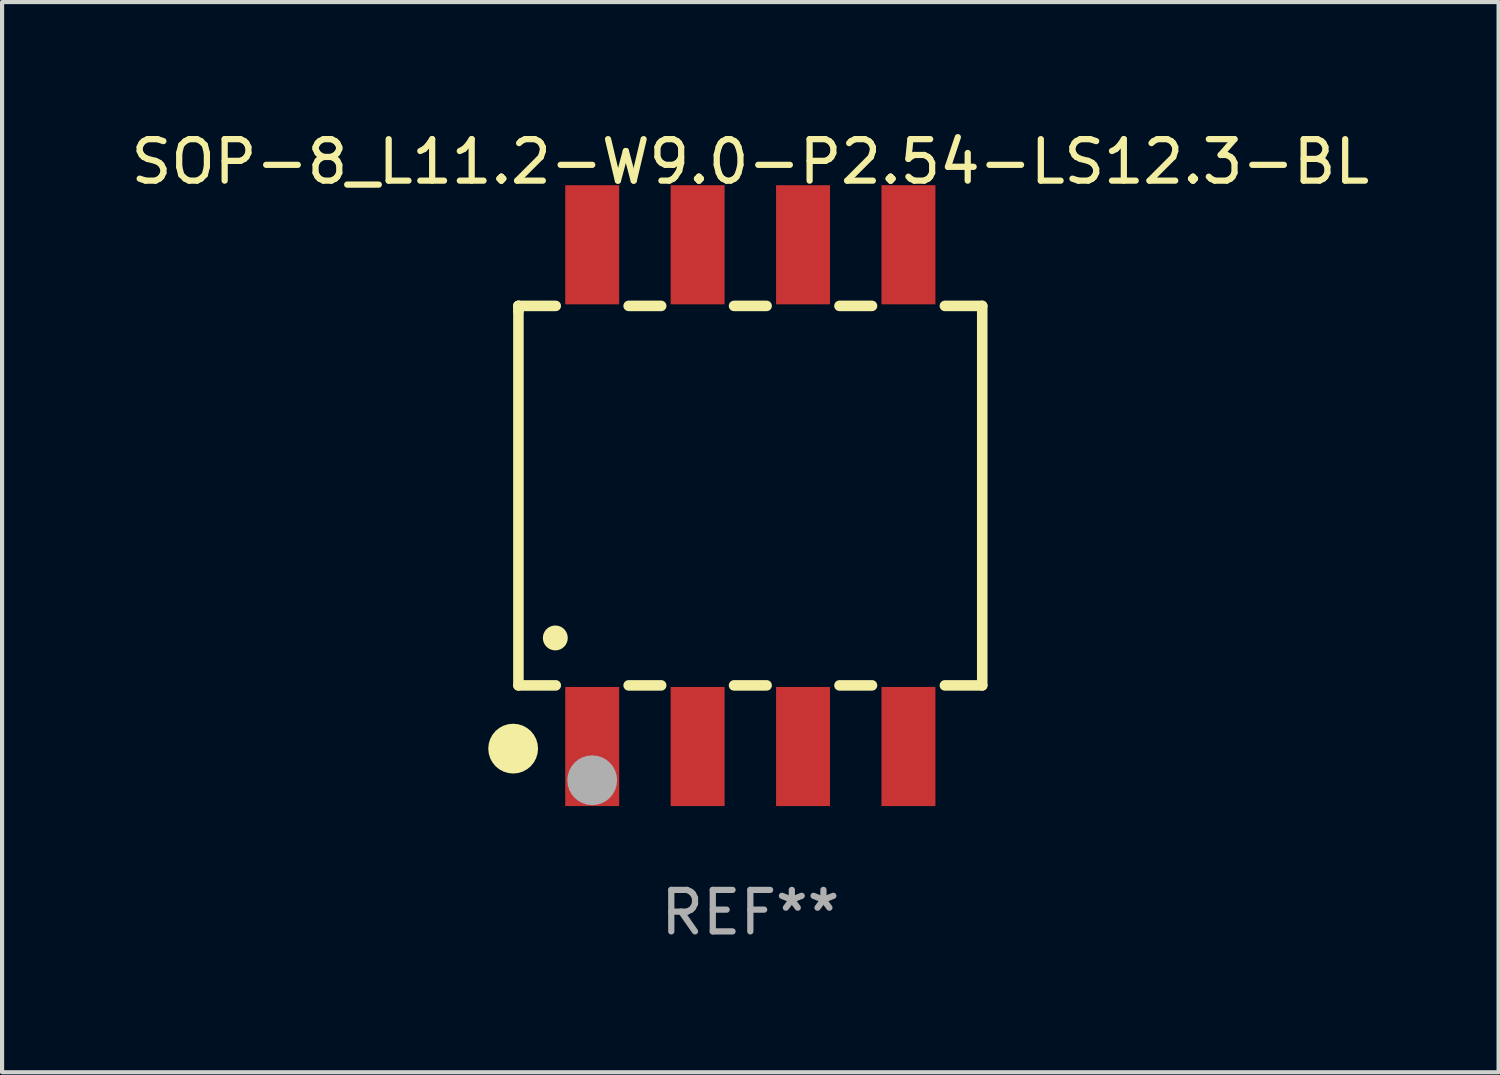
<source format=kicad_pcb>
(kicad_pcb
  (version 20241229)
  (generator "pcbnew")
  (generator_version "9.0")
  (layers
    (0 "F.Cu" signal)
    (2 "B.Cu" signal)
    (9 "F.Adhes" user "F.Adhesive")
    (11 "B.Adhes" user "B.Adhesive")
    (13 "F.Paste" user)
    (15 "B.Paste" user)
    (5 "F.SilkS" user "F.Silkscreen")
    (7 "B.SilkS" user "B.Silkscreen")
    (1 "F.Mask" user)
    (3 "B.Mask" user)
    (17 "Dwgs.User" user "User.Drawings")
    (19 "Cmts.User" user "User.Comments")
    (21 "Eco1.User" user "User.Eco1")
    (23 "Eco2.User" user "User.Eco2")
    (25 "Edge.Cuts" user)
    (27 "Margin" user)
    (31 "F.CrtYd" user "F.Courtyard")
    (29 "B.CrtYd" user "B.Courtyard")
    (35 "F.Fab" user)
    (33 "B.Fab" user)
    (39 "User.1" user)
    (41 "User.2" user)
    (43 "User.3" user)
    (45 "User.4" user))
  (footprint "SOP-8_L11.2-W9.0-P2.54-LS12.3-BL"
    (layer "F.Cu")
    (at 15.03 8.893)
    (property "Reference" "SOP-8_L11.2-W9.0-P2.54-LS12.3-BL" (at 0 -8.045 0) (layer "F.SilkS") (effects (font (size 1 1) (thickness 0.15))))
    (attr smd)
    (fp_line (start -5.588 -4.572) (end -5.588 -4.572) (stroke (width 0.254) (type solid)) (layer "F.SilkS"))
    (fp_line (start -5.588 -4.572) (end -5.588 -4.445) (stroke (width 0.254) (type solid)) (layer "F.SilkS"))
    (fp_line (start -5.588 -4.445) (end -5.588 4.572) (stroke (width 0.254) (type solid)) (layer "F.SilkS"))
    (fp_line (start -5.588 4.572) (end -4.688 4.572) (stroke (width 0.254) (type solid)) (layer "F.SilkS"))
    (fp_line (start -4.689 -4.572) (end -5.588 -4.572) (stroke (width 0.254) (type solid)) (layer "F.SilkS"))
    (fp_line (start -2.932 4.572) (end -2.148 4.572) (stroke (width 0.254) (type solid)) (layer "F.SilkS"))
    (fp_line (start -2.148 -4.572) (end -2.932 -4.572) (stroke (width 0.254) (type solid)) (layer "F.SilkS"))
    (fp_line (start -0.392 4.572) (end 0.392 4.572) (stroke (width 0.254) (type solid)) (layer "F.SilkS"))
    (fp_line (start 0.392 -4.572) (end -0.392 -4.572) (stroke (width 0.254) (type solid)) (layer "F.SilkS"))
    (fp_line (start 2.148 4.572) (end 2.932 4.572) (stroke (width 0.254) (type solid)) (layer "F.SilkS"))
    (fp_line (start 2.932 -4.572) (end 2.148 -4.572) (stroke (width 0.254) (type solid)) (layer "F.SilkS"))
    (fp_line (start 4.688 4.572) (end 5.588 4.572) (stroke (width 0.254) (type solid)) (layer "F.SilkS"))
    (fp_line (start 5.588 -4.572) (end 4.688 -4.572) (stroke (width 0.254) (type solid)) (layer "F.SilkS"))
    (fp_line (start 5.588 4.572) (end 5.588 -4.572) (stroke (width 0.254) (type solid)) (layer "F.SilkS"))
    (fp_circle (center -5.715 6.096) (end -5.415 6.096) (stroke (width 0.6) (type solid)) (fill no) (layer "F.SilkS"))
    (fp_circle (center -5.6 6.15) (end -5.57 6.15) (stroke (width 0.06) (type solid)) (fill no) (layer "F.SilkS"))
    (fp_circle (center -4.699 3.429) (end -4.549 3.429) (stroke (width 0.3) (type solid)) (fill no) (layer "F.SilkS"))
    (fp_circle (center -3.81 6.858) (end -3.51 6.858) (stroke (width 0.6) (type solid)) (fill no) (layer "F.Fab"))
    (fp_text user "REF**" (at 0 10.045 0) (layer "F.Fab") (effects (font (size 1 1) (thickness 0.15))))
    (pad "1" smd rect (at -3.81 6.045) (size 1.3 2.87) (layers "F.Cu" "F.Mask" "F.Paste"))
    (pad "2" smd rect (at -1.27 6.045) (size 1.3 2.87) (layers "F.Cu" "F.Mask" "F.Paste"))
    (pad "3" smd rect (at 1.27 6.045) (size 1.3 2.87) (layers "F.Cu" "F.Mask" "F.Paste"))
    (pad "4" smd rect (at 3.81 6.045) (size 1.3 2.87) (layers "F.Cu" "F.Mask" "F.Paste"))
    (pad "5" smd rect (at 3.81 -6.045) (size 1.3 2.87) (layers "F.Cu" "F.Mask" "F.Paste"))
    (pad "6" smd rect (at 1.27 -6.045) (size 1.3 2.87) (layers "F.Cu" "F.Mask" "F.Paste"))
    (pad "7" smd rect (at -1.27 -6.045) (size 1.3 2.87) (layers "F.Cu" "F.Mask" "F.Paste"))
    (pad "8" smd rect (at -3.81 -6.045) (size 1.3 2.87) (layers "F.Cu" "F.Mask" "F.Paste")))
  (gr_rect
    (start -3 -3)
    (end 33.06 22.787)
    (stroke (width 0.1) (type default))
    (fill no)
    (layer "Edge.Cuts")))
</source>
